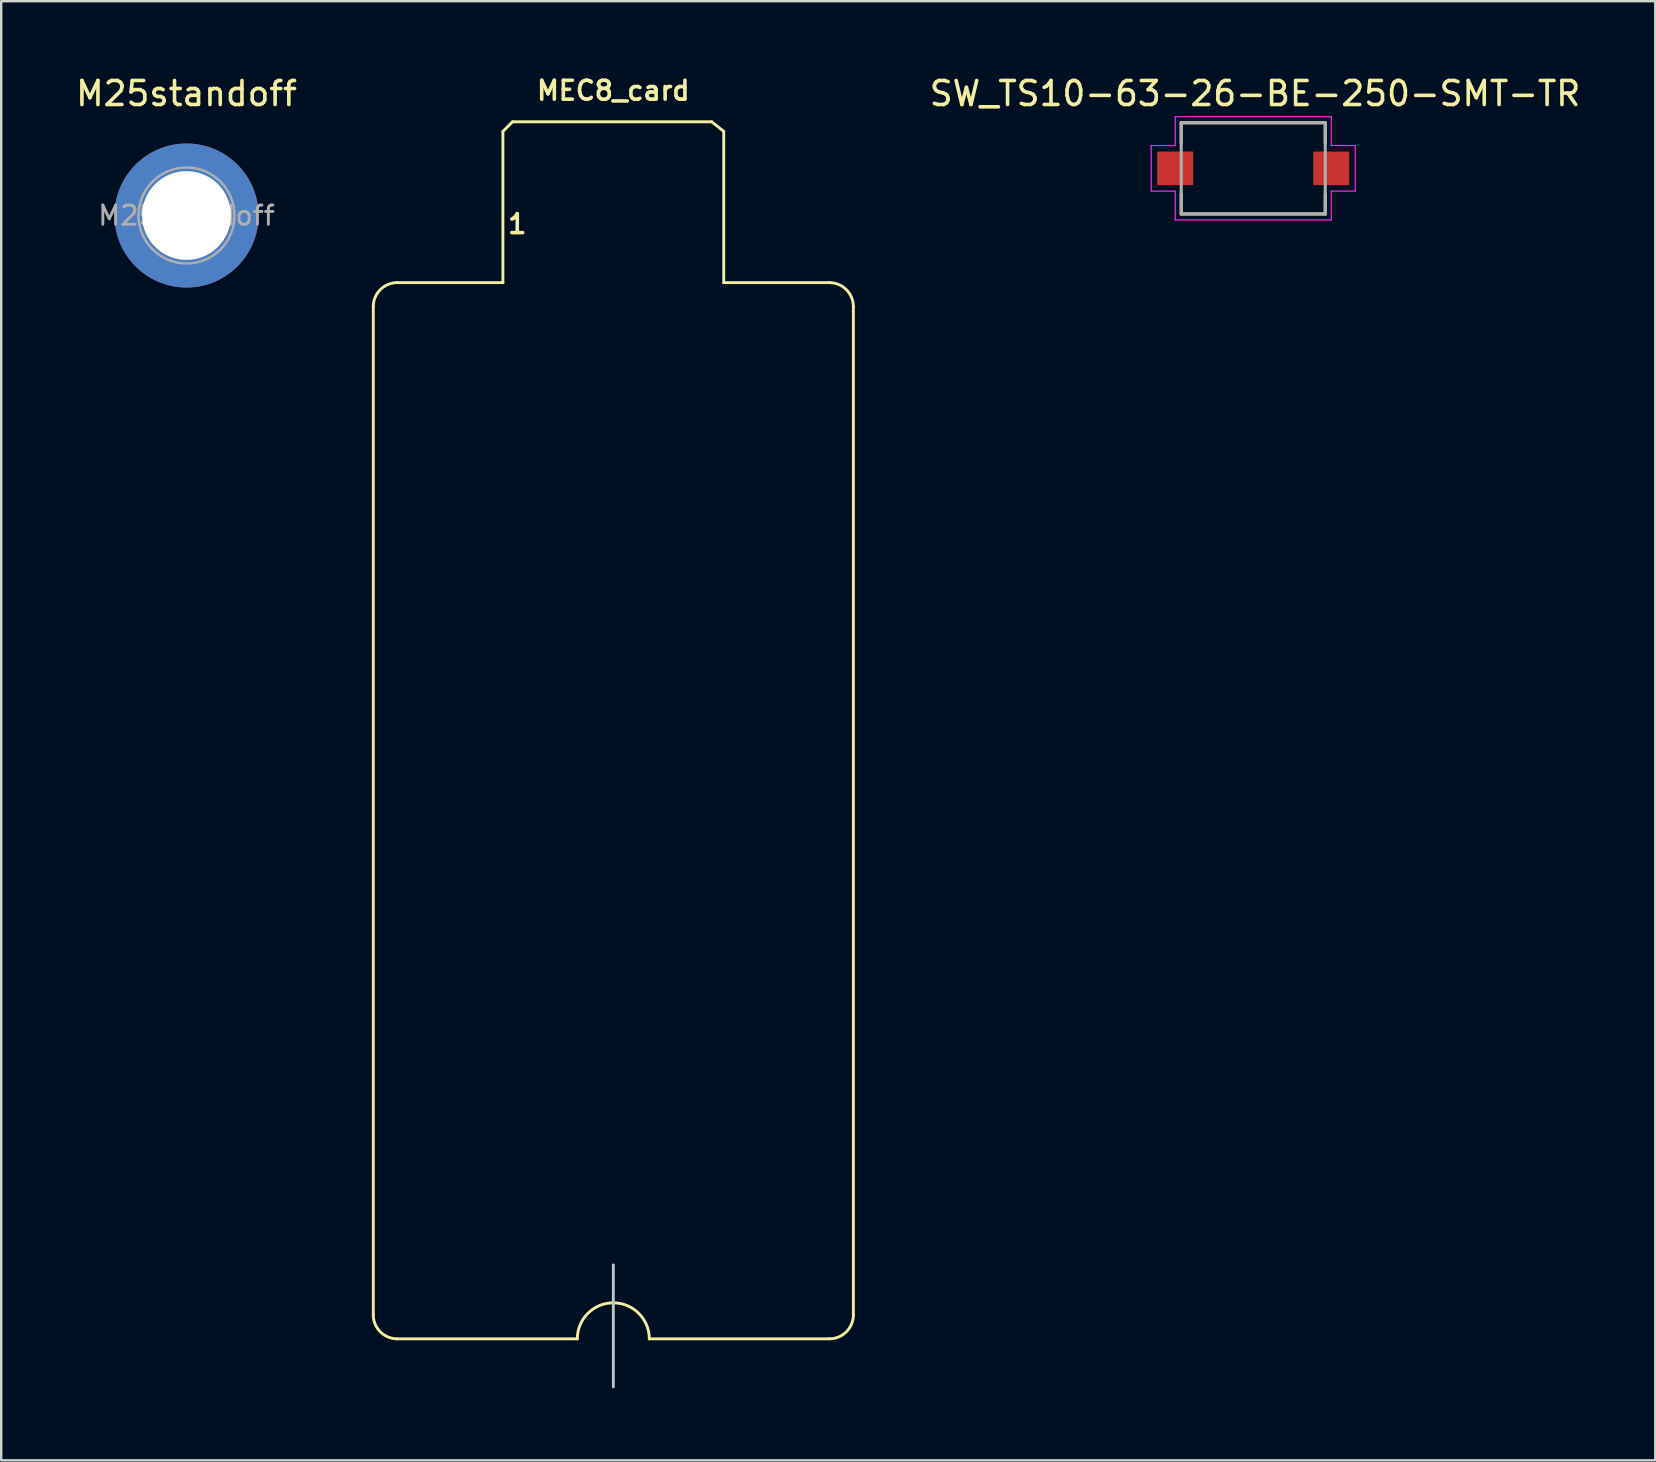
<source format=kicad_pcb>
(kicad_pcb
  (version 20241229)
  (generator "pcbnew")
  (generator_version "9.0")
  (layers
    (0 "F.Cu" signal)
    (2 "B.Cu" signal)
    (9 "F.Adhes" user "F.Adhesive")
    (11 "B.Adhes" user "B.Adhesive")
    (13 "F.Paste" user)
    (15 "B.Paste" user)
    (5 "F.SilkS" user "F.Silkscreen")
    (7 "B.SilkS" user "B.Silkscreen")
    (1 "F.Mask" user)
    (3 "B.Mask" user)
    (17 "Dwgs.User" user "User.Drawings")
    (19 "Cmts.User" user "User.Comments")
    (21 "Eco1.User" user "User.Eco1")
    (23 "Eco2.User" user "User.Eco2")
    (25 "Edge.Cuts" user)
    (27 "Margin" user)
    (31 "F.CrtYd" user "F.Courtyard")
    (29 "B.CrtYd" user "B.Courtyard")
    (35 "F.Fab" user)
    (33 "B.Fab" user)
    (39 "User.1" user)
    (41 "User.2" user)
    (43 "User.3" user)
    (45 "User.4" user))
  (footprint "SW_TS10-63-26-BE-250-SMT-TR"
    (layer "F.Cu")
    (at 49.158 3.963)
    (property "Reference" "SW_TS10-63-26-BE-250-SMT-TR" (at 0.075 -3.115 0) (layer "F.SilkS") (effects (font (size 1 1) (thickness 0.15))))
    (attr through_hole)
    (fp_line (start -3 -1.9) (end 3 -1.9) (stroke (width 0.127) (type solid)) (layer "F.SilkS"))
    (fp_line (start -3 -1.05) (end -3 -1.9) (stroke (width 0.127) (type solid)) (layer "F.SilkS"))
    (fp_line (start -3 1.05) (end -3 1.9) (stroke (width 0.127) (type solid)) (layer "F.SilkS"))
    (fp_line (start -3 1.9) (end 3 1.9) (stroke (width 0.127) (type solid)) (layer "F.SilkS"))
    (fp_line (start 3 -1.9) (end 3 -1.05) (stroke (width 0.127) (type solid)) (layer "F.SilkS"))
    (fp_line (start 3 1.9) (end 3 1.05) (stroke (width 0.127) (type solid)) (layer "F.SilkS"))
    (fp_line (start -4.25 -0.95) (end -3.25 -0.95) (stroke (width 0.05) (type solid)) (layer "F.CrtYd"))
    (fp_line (start -4.25 0.95) (end -4.25 -0.95) (stroke (width 0.05) (type solid)) (layer "F.CrtYd"))
    (fp_line (start -3.25 -2.15) (end 3.25 -2.15) (stroke (width 0.05) (type solid)) (layer "F.CrtYd"))
    (fp_line (start -3.25 -0.95) (end -3.25 -2.15) (stroke (width 0.05) (type solid)) (layer "F.CrtYd"))
    (fp_line (start -3.25 0.95) (end -4.25 0.95) (stroke (width 0.05) (type solid)) (layer "F.CrtYd"))
    (fp_line (start -3.25 2.15) (end -3.25 0.95) (stroke (width 0.05) (type solid)) (layer "F.CrtYd"))
    (fp_line (start 3.25 -2.15) (end 3.25 -0.95) (stroke (width 0.05) (type solid)) (layer "F.CrtYd"))
    (fp_line (start 3.25 -0.95) (end 4.25 -0.95) (stroke (width 0.05) (type solid)) (layer "F.CrtYd"))
    (fp_line (start 3.25 0.95) (end 3.25 2.15) (stroke (width 0.05) (type solid)) (layer "F.CrtYd"))
    (fp_line (start 3.25 2.15) (end -3.25 2.15) (stroke (width 0.05) (type solid)) (layer "F.CrtYd"))
    (fp_line (start 4.25 -0.95) (end 4.25 0.95) (stroke (width 0.05) (type solid)) (layer "F.CrtYd"))
    (fp_line (start 4.25 0.95) (end 3.25 0.95) (stroke (width 0.05) (type solid)) (layer "F.CrtYd"))
    (fp_line (start -3 -1.9) (end -3 1.9) (stroke (width 0.127) (type solid)) (layer "F.Fab"))
    (fp_line (start -3 1.9) (end 3 1.9) (stroke (width 0.127) (type solid)) (layer "F.Fab"))
    (fp_line (start 3 -1.9) (end -3 -1.9) (stroke (width 0.127) (type solid)) (layer "F.Fab"))
    (fp_line (start 3 1.9) (end 3 -1.9) (stroke (width 0.127) (type solid)) (layer "F.Fab"))
    (pad "1" smd rect (at -3.25 0) (size 1.5 1.4) (layers "F.Cu" "F.Mask" "F.Paste"))
    (pad "2" smd rect (at 3.25 0) (size 1.5 1.4) (layers "F.Cu" "F.Mask" "F.Paste")))
  (footprint "M25standoff"
    (layer "F.Cu")
    (at 4.72 5.928)
    (property "Reference" "M25standoff" (at 0 -5.08 0) (layer "F.SilkS") (effects (font (size 1 1) (thickness 0.15))))
    (attr through_hole)
    (fp_circle (center 0 0) (end 2 0) (stroke (width 0.1) (type solid)) (fill no) (layer "F.Fab"))
    (fp_text user "${REFERENCE}" (at 0 0 0) (layer "F.Fab") (effects (font (size 0.8 0.8) (thickness 0.12))))
    (pad "1" thru_hole circle (at 0 0) (size 6 6) (drill 3.7) (layers "*.Cu" "*.Mask")))
  (footprint "MEC8_card"
    (layer "F.Cu")
    (at 22.5 4.224)
    (property "Reference" "MEC8_card" (at 0 -3.5 0) (layer "F.SilkS") (effects (font (size 0.788 0.788) (thickness 0.15))))
    (attr through_hole)
    (fp_line (start -10 5.5) (end -10 47.5) (stroke (width 0.12) (type solid)) (layer "F.SilkS"))
    (fp_line (start -9 48.5) (end -1.5 48.5) (stroke (width 0.12) (type solid)) (layer "F.SilkS"))
    (fp_line (start -4.6 -1.8) (end -4.6 4.5) (stroke (width 0.12) (type solid)) (layer "F.SilkS"))
    (fp_line (start -4.6 -1.8) (end -4.2 -2.2) (stroke (width 0.12) (type solid)) (layer "F.SilkS"))
    (fp_line (start -4.6 4.5) (end -9 4.5) (stroke (width 0.12) (type solid)) (layer "F.SilkS"))
    (fp_line (start 4.1 -2.2) (end -4.2 -2.2) (stroke (width 0.12) (type solid)) (layer "F.SilkS"))
    (fp_line (start 4.6 -1.8) (end 4.1 -2.2) (stroke (width 0.12) (type solid)) (layer "F.SilkS"))
    (fp_line (start 4.6 -1.8) (end 4.6 4.5) (stroke (width 0.12) (type solid)) (layer "F.SilkS"))
    (fp_line (start 4.6 4.5) (end 9 4.5) (stroke (width 0.12) (type solid)) (layer "F.SilkS"))
    (fp_line (start 9 48.5) (end 1.5 48.5) (stroke (width 0.12) (type solid)) (layer "F.SilkS"))
    (fp_line (start 10 47.5) (end 10 5.5) (stroke (width 0.12) (type solid)) (layer "F.SilkS"))
    (fp_arc (start -10 5.5) (mid -9.707107 4.792893) (end -9 4.5) (stroke (width 0.12) (type solid)) (layer "F.SilkS"))
    (fp_arc (start -9 48.5) (mid -9.707107 48.207107) (end -10 47.5) (stroke (width 0.12) (type solid)) (layer "F.SilkS"))
    (fp_arc (start -1.5 48.5) (mid 0 47) (end 1.5 48.5) (stroke (width 0.12) (type solid)) (layer "F.SilkS"))
    (fp_arc (start 9 4.5) (mid 9.707107 4.792893) (end 10 5.5) (stroke (width 0.12) (type solid)) (layer "F.SilkS"))
    (fp_arc (start 10 47.5) (mid 9.707107 48.207107) (end 9 48.5) (stroke (width 0.12) (type solid)) (layer "F.SilkS"))
    (fp_line (start 0 50.5) (end 0 45.42) (stroke (width 0.12) (type solid)) (layer "Dwgs.User"))
    (fp_text user "1" (at -4.002 2.058 0) (layer "F.SilkS") (effects (font (size 0.788 0.788) (thickness 0.15)))))
  (gr_rect
    (start -3 -3)
    (end 65.906 57.784)
    (stroke (width 0.1) (type default))
    (fill no)
    (layer "Edge.Cuts")))
</source>
